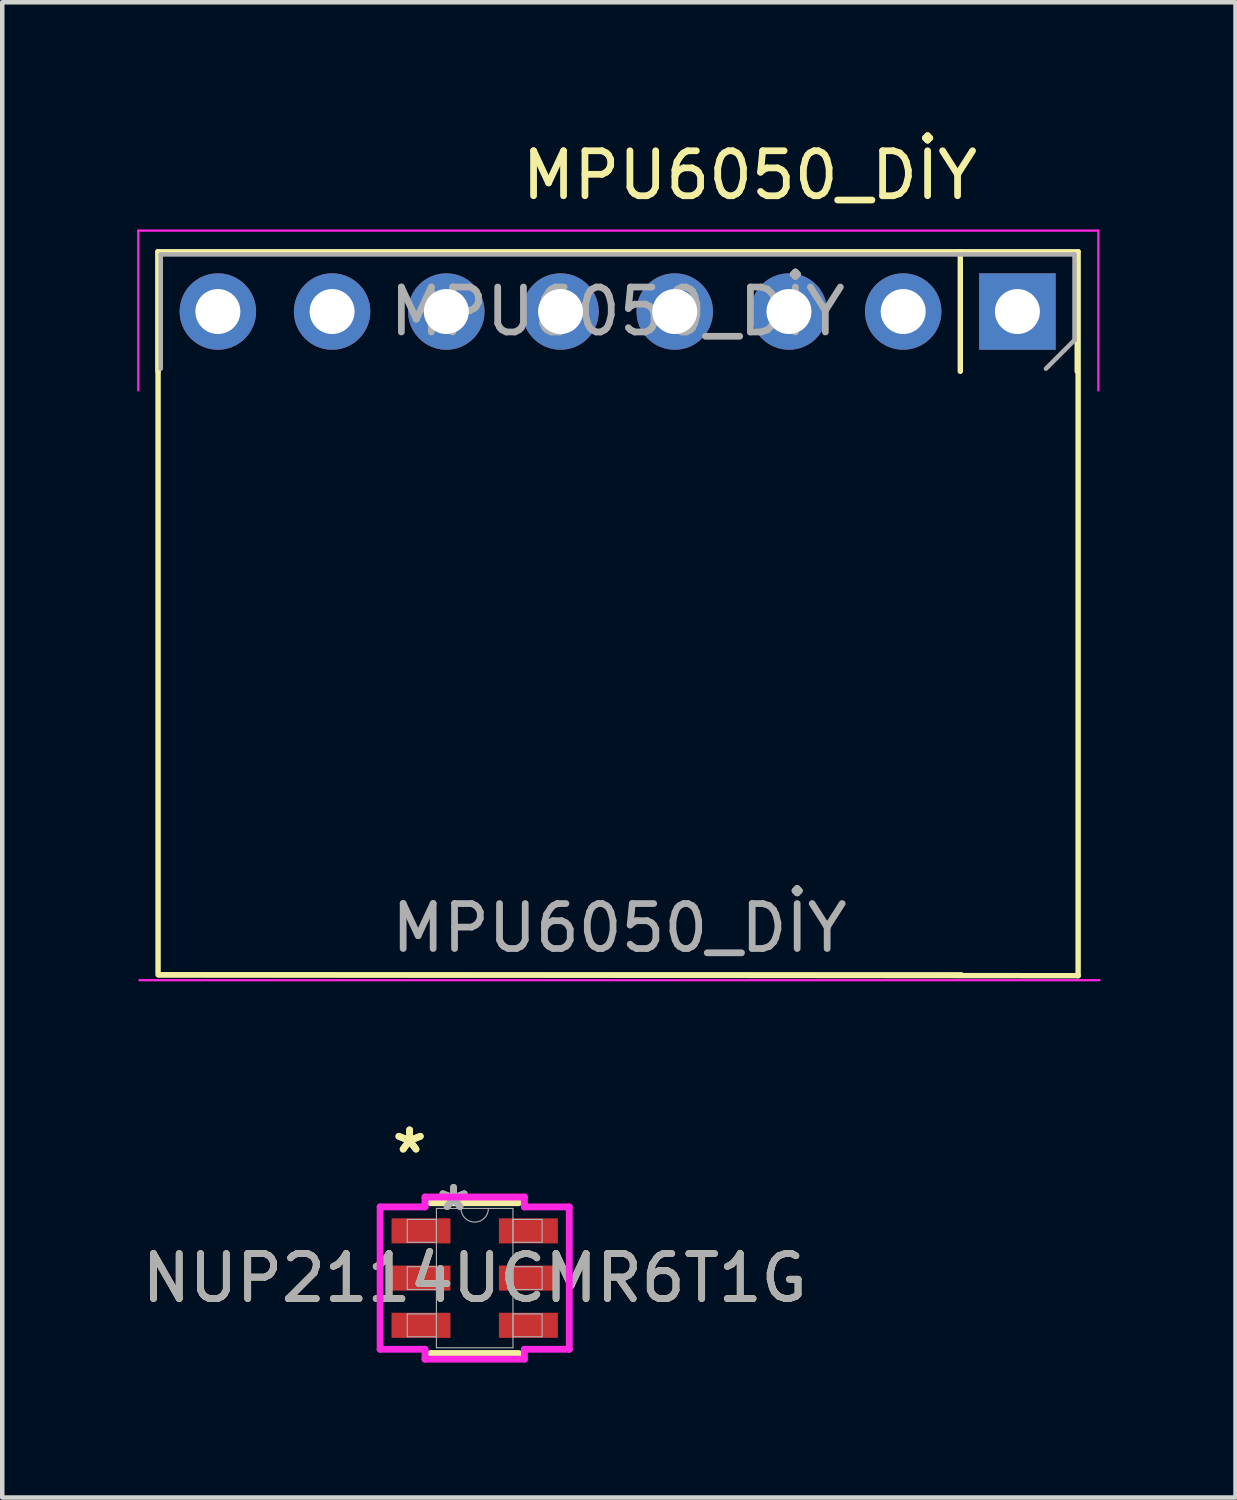
<source format=kicad_pcb>
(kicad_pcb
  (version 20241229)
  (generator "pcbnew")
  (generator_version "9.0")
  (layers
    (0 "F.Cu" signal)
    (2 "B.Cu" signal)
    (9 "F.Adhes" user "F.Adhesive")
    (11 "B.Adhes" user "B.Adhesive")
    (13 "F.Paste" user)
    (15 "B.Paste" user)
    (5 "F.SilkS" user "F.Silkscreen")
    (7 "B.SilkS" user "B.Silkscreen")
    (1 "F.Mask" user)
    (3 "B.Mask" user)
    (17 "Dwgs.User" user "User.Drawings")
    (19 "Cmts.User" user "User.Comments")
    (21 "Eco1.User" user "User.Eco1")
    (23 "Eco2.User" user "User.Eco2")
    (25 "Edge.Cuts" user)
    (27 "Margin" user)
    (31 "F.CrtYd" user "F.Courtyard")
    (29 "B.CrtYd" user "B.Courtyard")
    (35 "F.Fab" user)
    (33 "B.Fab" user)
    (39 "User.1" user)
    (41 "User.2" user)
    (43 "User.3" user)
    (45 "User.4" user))
  (footprint "MPU6050_DİY"
    (layer "F.Cu")
    (at 10.725 3.848)
    (property "Reference" "MPU6050_DİY" (at 2.9 -3 0) (unlocked yes) (layer "F.SilkS") (effects (font (size 1 1) (thickness 0.15))))
    (attr smd)
    (fp_line (start -10.26 -1.3) (end -10.26 1.36) (stroke (width 0.12) (type solid)) (layer "F.SilkS"))
    (fp_line (start -10.26 -1.3) (end -10.26 14.78) (stroke (width 0.12) (type solid)) (layer "F.SilkS"))
    (fp_line (start 7.58 -1.3) (end -10.26 -1.3) (stroke (width 0.12) (type solid)) (layer "F.SilkS"))
    (fp_line (start 7.58 -1.3) (end 7.58 1.36) (stroke (width 0.12) (type solid)) (layer "F.SilkS"))
    (fp_line (start 7.58 -1.3) (end 10.2 -1.3) (stroke (width 0.12) (type solid)) (layer "F.SilkS"))
    (fp_line (start 7.605 14.78) (end -10.235 14.78) (stroke (width 0.12) (type solid)) (layer "F.SilkS"))
    (fp_line (start 10.18 0.03) (end 10.18 1.36) (stroke (width 0.12) (type solid)) (layer "F.SilkS"))
    (fp_line (start 10.2 -1.3) (end 10.2 14.8) (stroke (width 0.12) (type solid)) (layer "F.SilkS"))
    (fp_line (start 10.2 14.8) (end -10.235 14.78) (stroke (width 0.12) (type solid)) (layer "F.SilkS"))
    (fp_line (start -10.7 -1.77) (end 10.65 -1.77) (stroke (width 0.05) (type solid)) (layer "F.CrtYd"))
    (fp_line (start -10.7 1.78) (end -10.7 -1.77) (stroke (width 0.05) (type solid)) (layer "F.CrtYd"))
    (fp_line (start 10.65 -1.77) (end 10.65 1.78) (stroke (width 0.05) (type solid)) (layer "F.CrtYd"))
    (fp_line (start 10.675 14.9) (end -10.675 14.9) (stroke (width 0.05) (type solid)) (layer "F.CrtYd"))
    (fp_line (start -10.2 -1.24) (end 10.12 -1.24) (stroke (width 0.1) (type solid)) (layer "F.Fab"))
    (fp_line (start -10.2 1.3) (end -10.2 -1.24) (stroke (width 0.1) (type solid)) (layer "F.Fab"))
    (fp_line (start 10.12 -1.24) (end 10.12 0.665) (stroke (width 0.1) (type solid)) (layer "F.Fab"))
    (fp_line (start 10.12 0.665) (end 9.485 1.3) (stroke (width 0.1) (type solid)) (layer "F.Fab"))
    (fp_text user "${REFERENCE}" (at -0.04 0.03 0) (layer "F.Fab") (effects (font (size 1 1) (thickness 0.15))))
    (fp_text user "${REFERENCE}" (at 0 13.74 0) (unlocked yes) (layer "F.Fab") (effects (font (size 1 1) (thickness 0.15))))
    (pad "1" thru_hole rect (at 8.85 0.03 270) (size 1.7 1.7) (drill 1) (layers "*.Cu" "*.Mask"))
    (pad "2" thru_hole oval (at 6.31 0.03 270) (size 1.7 1.7) (drill 1) (layers "*.Cu" "*.Mask"))
    (pad "3" thru_hole oval (at 3.77 0.03 270) (size 1.7 1.7) (drill 1) (layers "*.Cu" "*.Mask"))
    (pad "4" thru_hole oval (at 1.23 0.03 270) (size 1.7 1.7) (drill 1) (layers "*.Cu" "*.Mask"))
    (pad "5" thru_hole oval (at -1.31 0.03 270) (size 1.7 1.7) (drill 1) (layers "*.Cu" "*.Mask"))
    (pad "6" thru_hole oval (at -3.85 0.03 270) (size 1.7 1.7) (drill 1) (layers "*.Cu" "*.Mask"))
    (pad "7" thru_hole oval (at -6.39 0.03 270) (size 1.7 1.7) (drill 1) (layers "*.Cu" "*.Mask"))
    (pad "8" thru_hole oval (at -8.93 0.03 270) (size 1.7 1.7) (drill 1) (layers "*.Cu" "*.Mask")))
  (footprint "NUP2114UCMR6T1G"
    (layer "F.Cu")
    (at 7.506 25.372)
    (property "Reference" "NUP2114UCMR6T1G" (at 0 0 0) (unlocked yes) (layer "F.SilkS") (effects (font (size 1 1) (thickness 0.15))))
    (attr smd)
    (fp_line (start -0.978 1.676) (end 0.978 1.676) (stroke (width 0.152) (type solid)) (layer "F.SilkS"))
    (fp_line (start 0.978 -1.676) (end -0.978 -1.676) (stroke (width 0.152) (type solid)) (layer "F.SilkS"))
    (fp_line (start -2.103 -1.583) (end -1.105 -1.583) (stroke (width 0.152) (type solid)) (layer "F.CrtYd"))
    (fp_line (start -2.103 1.583) (end -2.103 -1.583) (stroke (width 0.152) (type solid)) (layer "F.CrtYd"))
    (fp_line (start -2.103 1.583) (end -1.105 1.583) (stroke (width 0.152) (type solid)) (layer "F.CrtYd"))
    (fp_line (start -1.105 -1.803) (end 1.105 -1.803) (stroke (width 0.152) (type solid)) (layer "F.CrtYd"))
    (fp_line (start -1.105 -1.583) (end -1.105 -1.803) (stroke (width 0.152) (type solid)) (layer "F.CrtYd"))
    (fp_line (start -1.105 1.803) (end -1.105 1.583) (stroke (width 0.152) (type solid)) (layer "F.CrtYd"))
    (fp_line (start 1.105 -1.803) (end 1.105 -1.583) (stroke (width 0.152) (type solid)) (layer "F.CrtYd"))
    (fp_line (start 1.105 1.583) (end 1.105 1.803) (stroke (width 0.152) (type solid)) (layer "F.CrtYd"))
    (fp_line (start 1.105 1.803) (end -1.105 1.803) (stroke (width 0.152) (type solid)) (layer "F.CrtYd"))
    (fp_line (start 2.103 -1.583) (end 1.105 -1.583) (stroke (width 0.152) (type solid)) (layer "F.CrtYd"))
    (fp_line (start 2.103 -1.583) (end 2.103 1.583) (stroke (width 0.152) (type solid)) (layer "F.CrtYd"))
    (fp_line (start 2.103 1.583) (end 1.105 1.583) (stroke (width 0.152) (type solid)) (layer "F.CrtYd"))
    (fp_line (start -1.499 -1.304) (end -1.499 -0.796) (stroke (width 0.025) (type solid)) (layer "F.Fab"))
    (fp_line (start -1.499 -0.796) (end -0.851 -0.796) (stroke (width 0.025) (type solid)) (layer "F.Fab"))
    (fp_line (start -1.499 -0.254) (end -1.499 0.254) (stroke (width 0.025) (type solid)) (layer "F.Fab"))
    (fp_line (start -1.499 0.254) (end -0.851 0.254) (stroke (width 0.025) (type solid)) (layer "F.Fab"))
    (fp_line (start -1.499 0.796) (end -1.499 1.304) (stroke (width 0.025) (type solid)) (layer "F.Fab"))
    (fp_line (start -1.499 1.304) (end -0.851 1.304) (stroke (width 0.025) (type solid)) (layer "F.Fab"))
    (fp_line (start -0.851 -1.549) (end -0.851 1.549) (stroke (width 0.025) (type solid)) (layer "F.Fab"))
    (fp_line (start -0.851 -1.304) (end -1.499 -1.304) (stroke (width 0.025) (type solid)) (layer "F.Fab"))
    (fp_line (start -0.851 -0.796) (end -0.851 -1.304) (stroke (width 0.025) (type solid)) (layer "F.Fab"))
    (fp_line (start -0.851 -0.254) (end -1.499 -0.254) (stroke (width 0.025) (type solid)) (layer "F.Fab"))
    (fp_line (start -0.851 0.254) (end -0.851 -0.254) (stroke (width 0.025) (type solid)) (layer "F.Fab"))
    (fp_line (start -0.851 0.796) (end -1.499 0.796) (stroke (width 0.025) (type solid)) (layer "F.Fab"))
    (fp_line (start -0.851 1.304) (end -0.851 0.796) (stroke (width 0.025) (type solid)) (layer "F.Fab"))
    (fp_line (start -0.851 1.549) (end 0.851 1.549) (stroke (width 0.025) (type solid)) (layer "F.Fab"))
    (fp_line (start 0.851 -1.549) (end -0.851 -1.549) (stroke (width 0.025) (type solid)) (layer "F.Fab"))
    (fp_line (start 0.851 -1.304) (end 0.851 -0.796) (stroke (width 0.025) (type solid)) (layer "F.Fab"))
    (fp_line (start 0.851 -0.796) (end 1.499 -0.796) (stroke (width 0.025) (type solid)) (layer "F.Fab"))
    (fp_line (start 0.851 -0.254) (end 0.851 0.254) (stroke (width 0.025) (type solid)) (layer "F.Fab"))
    (fp_line (start 0.851 0.254) (end 1.499 0.254) (stroke (width 0.025) (type solid)) (layer "F.Fab"))
    (fp_line (start 0.851 0.796) (end 0.851 1.304) (stroke (width 0.025) (type solid)) (layer "F.Fab"))
    (fp_line (start 0.851 1.304) (end 1.499 1.304) (stroke (width 0.025) (type solid)) (layer "F.Fab"))
    (fp_line (start 0.851 1.549) (end 0.851 -1.549) (stroke (width 0.025) (type solid)) (layer "F.Fab"))
    (fp_line (start 1.499 -1.304) (end 0.851 -1.304) (stroke (width 0.025) (type solid)) (layer "F.Fab"))
    (fp_line (start 1.499 -0.796) (end 1.499 -1.304) (stroke (width 0.025) (type solid)) (layer "F.Fab"))
    (fp_line (start 1.499 -0.254) (end 0.851 -0.254) (stroke (width 0.025) (type solid)) (layer "F.Fab"))
    (fp_line (start 1.499 0.254) (end 1.499 -0.254) (stroke (width 0.025) (type solid)) (layer "F.Fab"))
    (fp_line (start 1.499 0.796) (end 0.851 0.796) (stroke (width 0.025) (type solid)) (layer "F.Fab"))
    (fp_line (start 1.499 1.304) (end 1.499 0.796) (stroke (width 0.025) (type solid)) (layer "F.Fab"))
    (fp_arc (start 0.3048 -1.5494) (mid 0 -1.2446) (end -0.3048 -1.5494) (stroke (width 0.0254) (type solid)) (layer "F.Fab"))
    (fp_text user "*" (at -1.448 -2.751 0) (unlocked yes) (layer "F.SilkS") (effects (font (size 1 1) (thickness 0.15))))
    (fp_text user "*" (at -1.448 -2.751 0) (layer "F.SilkS") (effects (font (size 1 1) (thickness 0.15))))
    (fp_text user "*" (at -0.47 -1.473 0) (layer "F.Fab") (effects (font (size 1 1) (thickness 0.15))))
    (fp_text user "*" (at -0.47 -1.473 0) (unlocked yes) (layer "F.Fab") (effects (font (size 1 1) (thickness 0.15))))
    (fp_text user "${REFERENCE}" (at 0 0 0) (unlocked yes) (layer "F.Fab") (effects (font (size 1 1) (thickness 0.15))))
    (pad "1" smd rect (at -1.194 -1.05) (size 1.31 0.558) (layers "F.Cu" "F.Mask" "F.Paste"))
    (pad "2" smd rect (at -1.194 0) (size 1.31 0.558) (layers "F.Cu" "F.Mask" "F.Paste"))
    (pad "3" smd rect (at -1.194 1.05) (size 1.31 0.558) (layers "F.Cu" "F.Mask" "F.Paste"))
    (pad "4" smd rect (at 1.194 1.05) (size 1.31 0.558) (layers "F.Cu" "F.Mask" "F.Paste"))
    (pad "5" smd rect (at 1.194 0) (size 1.31 0.558) (layers "F.Cu" "F.Mask" "F.Paste"))
    (pad "6" smd rect (at 1.194 -1.05) (size 1.31 0.558) (layers "F.Cu" "F.Mask" "F.Paste")))
  (gr_rect
    (start -3 -3)
    (end 24.425 30.252)
    (stroke (width 0.1) (type default))
    (fill no)
    (layer "Edge.Cuts")))
</source>
